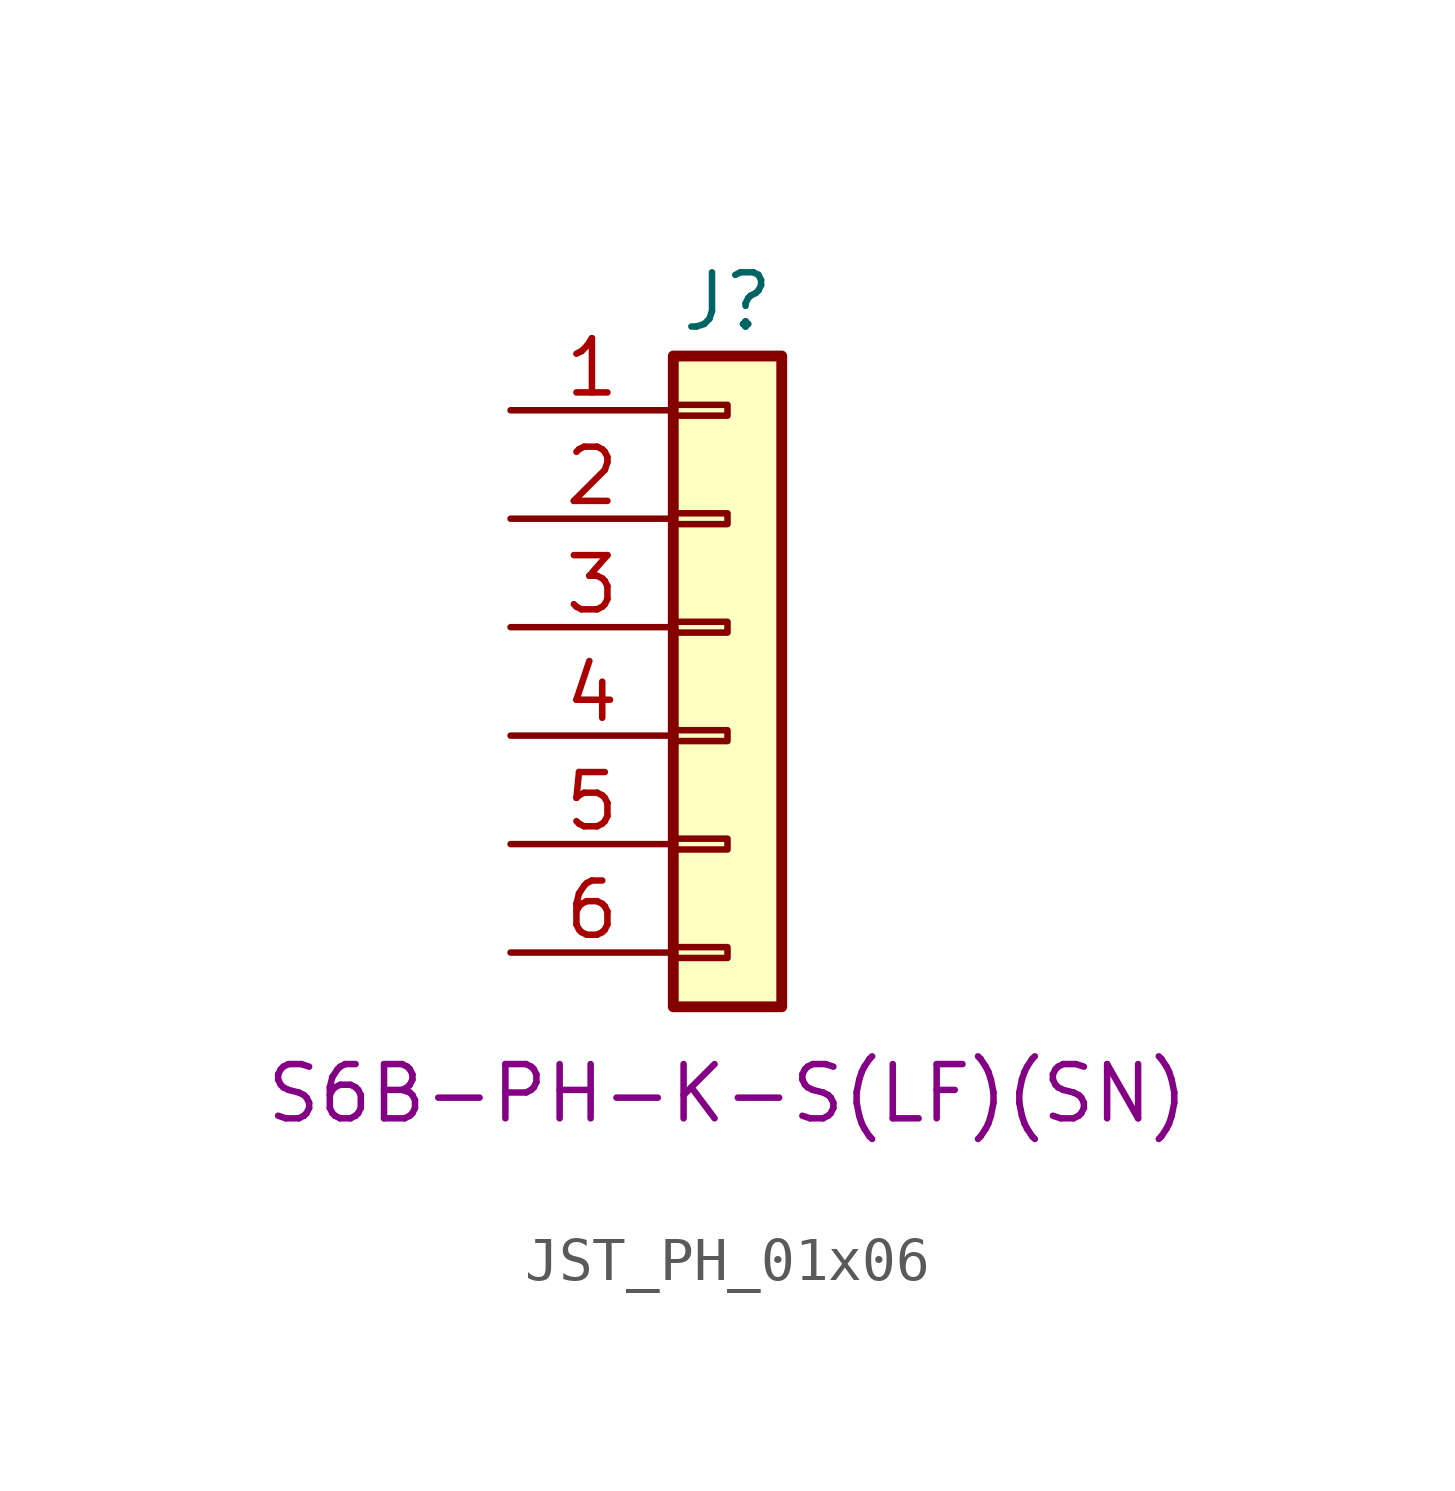
<source format=kicad_sym>
(kicad_symbol_lib
  (version 20220914)
  (generator kicad_symbol_editor)
  (symbol "JST_PH_01x06"
    (pin_names
      (offset 1.016) hide)
    (property "Reference" "J"
      (at 0 7.62 0)
      (effects (font (size 1.27 1.27))))
    (property "Manufacturer PN" "S6B-PH-K-S(LF)(SN)"
      (at 0 -10.922 0)
      (effects (font (size 1.27 1.27))))
    (symbol "JST_PH_01x06_1_1"
      (rectangle (start -1.27 -7.493) (end 0 -7.747) (stroke (width 0.152) (type default)) (fill (type none)))
      (rectangle (start -1.27 -4.953) (end 0 -5.207) (stroke (width 0.152) (type default)) (fill (type none)))
      (rectangle (start -1.27 -2.413) (end 0 -2.667) (stroke (width 0.152) (type default)) (fill (type none)))
      (rectangle (start -1.27 0.127) (end 0 -0.127) (stroke (width 0.152) (type default)) (fill (type none)))
      (rectangle (start -1.27 2.667) (end 0 2.413) (stroke (width 0.152) (type default)) (fill (type none)))
      (rectangle (start -1.27 5.207) (end 0 4.953) (stroke (width 0.152) (type default)) (fill (type none)))
      (rectangle (start -1.27 6.35) (end 1.27 -8.89) (stroke (width 0.254) (type default)) (fill (type background)))
      (pin passive line (at -5.08 5.08 0) (length 3.81) (name "Pin_1" (effects (font (size 1.27 1.27)))) (number "1" (effects (font (size 1.27 1.27)))))
      (pin passive line (at -5.08 2.54 0) (length 3.81) (name "Pin_2" (effects (font (size 1.27 1.27)))) (number "2" (effects (font (size 1.27 1.27)))))
      (pin passive line (at -5.08 0 0) (length 3.81) (name "Pin_3" (effects (font (size 1.27 1.27)))) (number "3" (effects (font (size 1.27 1.27)))))
      (pin passive line (at -5.08 -2.54 0) (length 3.81) (name "Pin_4" (effects (font (size 1.27 1.27)))) (number "4" (effects (font (size 1.27 1.27)))))
      (pin passive line (at -5.08 -5.08 0) (length 3.81) (name "Pin_5" (effects (font (size 1.27 1.27)))) (number "5" (effects (font (size 1.27 1.27)))))
      (pin passive line (at -5.08 -7.62 0) (length 3.81) (name "Pin_6" (effects (font (size 1.27 1.27)))) (number "6" (effects (font (size 1.27 1.27))))))))
</source>
